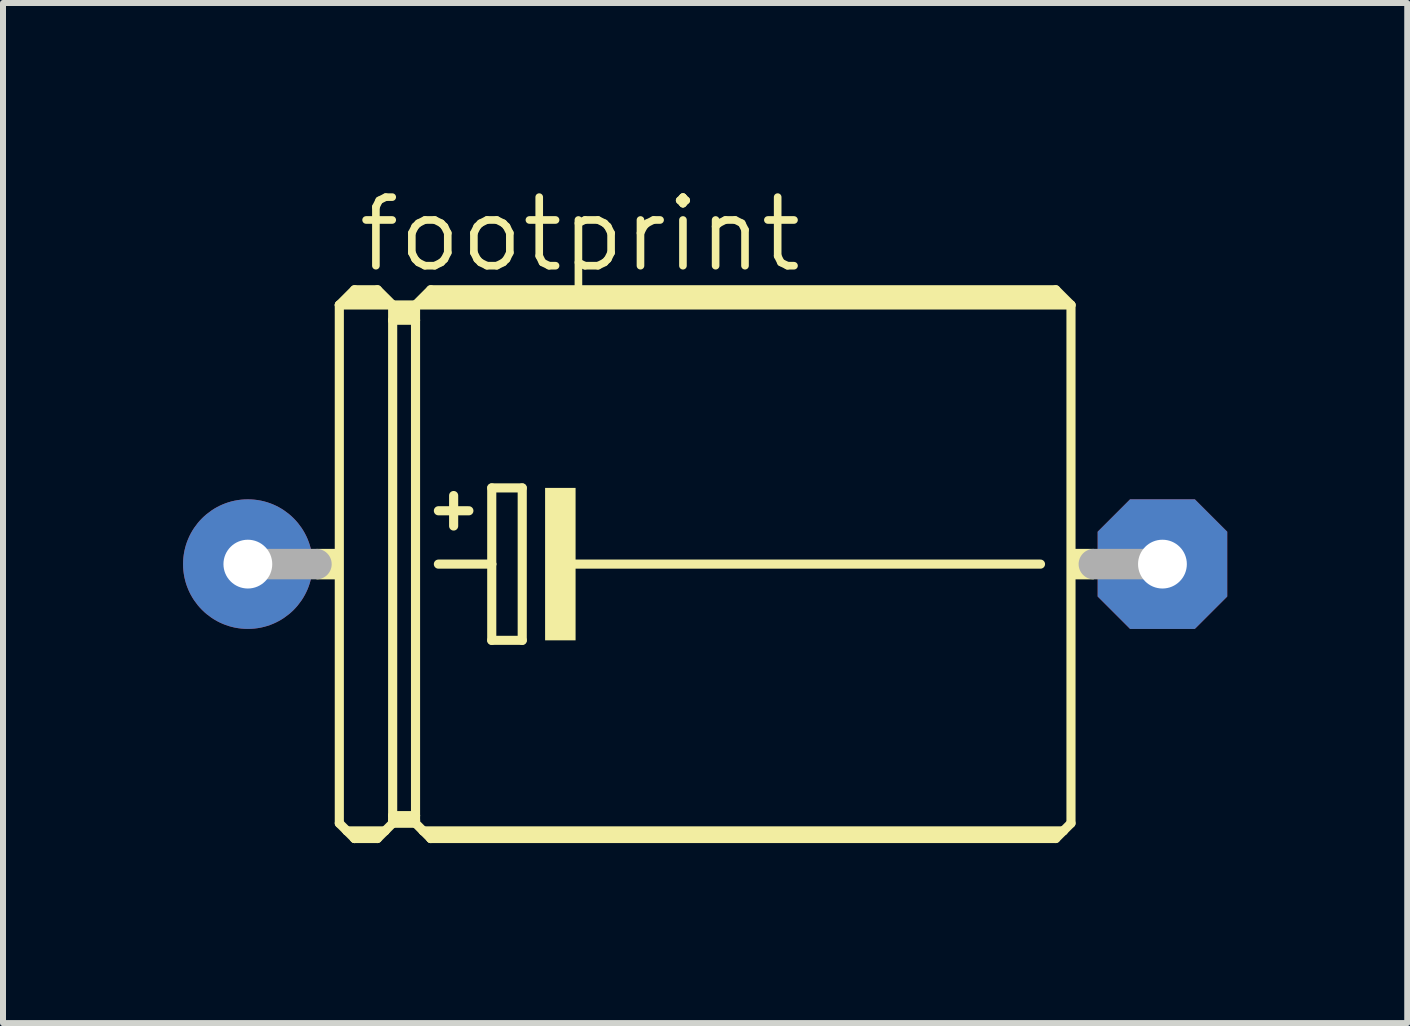
<source format=kicad_pcb>
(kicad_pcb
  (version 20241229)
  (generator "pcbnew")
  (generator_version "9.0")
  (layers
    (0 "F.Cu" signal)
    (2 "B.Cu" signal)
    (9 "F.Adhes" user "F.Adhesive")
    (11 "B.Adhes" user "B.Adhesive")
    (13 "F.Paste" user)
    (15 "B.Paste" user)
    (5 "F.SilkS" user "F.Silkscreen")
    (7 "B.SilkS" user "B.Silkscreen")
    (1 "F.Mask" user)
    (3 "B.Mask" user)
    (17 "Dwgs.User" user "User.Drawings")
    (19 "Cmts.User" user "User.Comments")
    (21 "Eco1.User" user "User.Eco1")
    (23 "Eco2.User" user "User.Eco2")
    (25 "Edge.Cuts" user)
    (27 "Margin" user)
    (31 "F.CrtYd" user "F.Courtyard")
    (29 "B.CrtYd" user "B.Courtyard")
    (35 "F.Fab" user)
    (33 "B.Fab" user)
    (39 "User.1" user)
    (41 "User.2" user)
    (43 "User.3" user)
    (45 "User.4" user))
  (footprint "footprint"
    (layer "F.Cu")
    (at 8.7 6.35)
    (property "Reference" "footprint" (at -5.842 -4.826 0) (layer "F.SilkS") (effects (font (size 1.143 1.143) (thickness 0.127)) (justify left bottom)))
    (fp_line (start -6.096 -4.318) (end -5.207 -4.318) (stroke (width 0.152) (type solid)) (layer "F.SilkS"))
    (fp_line (start -6.096 4.318) (end -6.096 -4.318) (stroke (width 0.152) (type solid)) (layer "F.SilkS"))
    (fp_line (start -6.096 4.318) (end -5.969 4.445) (stroke (width 0.152) (type solid)) (layer "F.SilkS"))
    (fp_line (start -5.969 4.445) (end -5.842 4.572) (stroke (width 0.152) (type solid)) (layer "F.SilkS"))
    (fp_line (start -5.969 4.445) (end -5.334 4.445) (stroke (width 0.152) (type solid)) (layer "F.SilkS"))
    (fp_line (start -5.842 -4.572) (end -6.096 -4.318) (stroke (width 0.152) (type solid)) (layer "F.SilkS"))
    (fp_line (start -5.842 -4.572) (end -5.461 -4.572) (stroke (width 0.152) (type solid)) (layer "F.SilkS"))
    (fp_line (start -5.842 -4.445) (end -5.461 -4.445) (stroke (width 0.305) (type solid)) (layer "F.SilkS"))
    (fp_line (start -5.842 4.521) (end -5.842 4.572) (stroke (width 0.152) (type solid)) (layer "F.SilkS"))
    (fp_line (start -5.842 4.572) (end -5.461 4.572) (stroke (width 0.152) (type solid)) (layer "F.SilkS"))
    (fp_line (start -5.461 -4.572) (end -5.207 -4.318) (stroke (width 0.152) (type solid)) (layer "F.SilkS"))
    (fp_line (start -5.461 4.521) (end -5.842 4.521) (stroke (width 0.152) (type solid)) (layer "F.SilkS"))
    (fp_line (start -5.461 4.572) (end -5.334 4.445) (stroke (width 0.152) (type solid)) (layer "F.SilkS"))
    (fp_line (start -5.334 4.445) (end -5.207 4.318) (stroke (width 0.152) (type solid)) (layer "F.SilkS"))
    (fp_line (start -5.207 -4.318) (end -5.207 -4.064) (stroke (width 0.152) (type solid)) (layer "F.SilkS"))
    (fp_line (start -5.207 -4.318) (end -4.826 -4.318) (stroke (width 0.152) (type solid)) (layer "F.SilkS"))
    (fp_line (start -5.207 -4.064) (end -5.207 4.191) (stroke (width 0.152) (type solid)) (layer "F.SilkS"))
    (fp_line (start -5.207 -4.064) (end -4.826 -4.064) (stroke (width 0.152) (type solid)) (layer "F.SilkS"))
    (fp_line (start -5.207 4.191) (end -5.207 4.267) (stroke (width 0.152) (type solid)) (layer "F.SilkS"))
    (fp_line (start -5.207 4.191) (end -4.826 4.191) (stroke (width 0.152) (type solid)) (layer "F.SilkS"))
    (fp_line (start -5.207 4.267) (end -5.207 4.318) (stroke (width 0.152) (type solid)) (layer "F.SilkS"))
    (fp_line (start -5.207 4.318) (end -4.826 4.318) (stroke (width 0.152) (type solid)) (layer "F.SilkS"))
    (fp_line (start -5.08 -4.191) (end -4.953 -4.191) (stroke (width 0.305) (type solid)) (layer "F.SilkS"))
    (fp_line (start -4.826 -4.318) (end -4.826 -4.064) (stroke (width 0.152) (type solid)) (layer "F.SilkS"))
    (fp_line (start -4.826 -4.318) (end -4.572 -4.572) (stroke (width 0.152) (type solid)) (layer "F.SilkS"))
    (fp_line (start -4.826 -4.318) (end 6.096 -4.318) (stroke (width 0.152) (type solid)) (layer "F.SilkS"))
    (fp_line (start -4.826 -4.064) (end -4.826 4.191) (stroke (width 0.152) (type solid)) (layer "F.SilkS"))
    (fp_line (start -4.826 4.191) (end -4.826 4.267) (stroke (width 0.152) (type solid)) (layer "F.SilkS"))
    (fp_line (start -4.826 4.267) (end -5.207 4.267) (stroke (width 0.152) (type solid)) (layer "F.SilkS"))
    (fp_line (start -4.826 4.267) (end -4.826 4.318) (stroke (width 0.152) (type solid)) (layer "F.SilkS"))
    (fp_line (start -4.826 4.318) (end -4.699 4.445) (stroke (width 0.152) (type solid)) (layer "F.SilkS"))
    (fp_line (start -4.699 4.445) (end -4.572 4.572) (stroke (width 0.152) (type solid)) (layer "F.SilkS"))
    (fp_line (start -4.699 4.445) (end 5.969 4.445) (stroke (width 0.152) (type solid)) (layer "F.SilkS"))
    (fp_line (start -4.572 -4.572) (end 5.842 -4.572) (stroke (width 0.152) (type solid)) (layer "F.SilkS"))
    (fp_line (start -4.572 -4.445) (end 5.842 -4.445) (stroke (width 0.305) (type solid)) (layer "F.SilkS"))
    (fp_line (start -4.572 4.521) (end -4.572 4.572) (stroke (width 0.152) (type solid)) (layer "F.SilkS"))
    (fp_line (start -4.572 4.572) (end 5.842 4.572) (stroke (width 0.152) (type solid)) (layer "F.SilkS"))
    (fp_line (start -4.445 -0.889) (end -3.937 -0.889) (stroke (width 0.152) (type solid)) (layer "F.SilkS"))
    (fp_line (start -4.445 0) (end -3.556 0) (stroke (width 0.152) (type solid)) (layer "F.SilkS"))
    (fp_line (start -4.191 -1.143) (end -4.191 -0.635) (stroke (width 0.152) (type solid)) (layer "F.SilkS"))
    (fp_line (start -3.556 -1.27) (end -3.556 0) (stroke (width 0.152) (type solid)) (layer "F.SilkS"))
    (fp_line (start -3.556 0) (end -3.556 1.27) (stroke (width 0.152) (type solid)) (layer "F.SilkS"))
    (fp_line (start -3.556 1.27) (end -3.048 1.27) (stroke (width 0.152) (type solid)) (layer "F.SilkS"))
    (fp_line (start -3.048 -1.27) (end -3.556 -1.27) (stroke (width 0.152) (type solid)) (layer "F.SilkS"))
    (fp_line (start -3.048 1.27) (end -3.048 -1.27) (stroke (width 0.152) (type solid)) (layer "F.SilkS"))
    (fp_line (start -2.286 0) (end 5.588 0) (stroke (width 0.152) (type solid)) (layer "F.SilkS"))
    (fp_line (start 5.842 4.521) (end -4.572 4.521) (stroke (width 0.152) (type solid)) (layer "F.SilkS"))
    (fp_line (start 5.969 4.445) (end 5.842 4.572) (stroke (width 0.152) (type solid)) (layer "F.SilkS"))
    (fp_line (start 6.096 -4.318) (end 5.842 -4.572) (stroke (width 0.152) (type solid)) (layer "F.SilkS"))
    (fp_line (start 6.096 -4.318) (end 6.096 4.318) (stroke (width 0.152) (type solid)) (layer "F.SilkS"))
    (fp_line (start 6.096 4.318) (end 5.969 4.445) (stroke (width 0.152) (type solid)) (layer "F.SilkS"))
    (fp_poly (pts (xy -6.477 0.254) (xy -6.096 0.254) (xy -6.096 -0.254) (xy -6.477 -0.254)) (stroke (width 0) (type solid)) (fill yes) (layer "F.SilkS"))
    (fp_poly (pts (xy -2.667 1.27) (xy -2.159 1.27) (xy -2.159 -1.27) (xy -2.667 -1.27)) (stroke (width 0) (type solid)) (fill yes) (layer "F.SilkS"))
    (fp_poly (pts (xy 6.096 0.254) (xy 6.477 0.254) (xy 6.477 -0.254) (xy 6.096 -0.254)) (stroke (width 0) (type solid)) (fill yes) (layer "F.SilkS"))
    (fp_line (start -7.62 0) (end -6.477 0) (stroke (width 0.508) (type solid)) (layer "F.Fab"))
    (fp_line (start 7.62 0) (end 6.477 0) (stroke (width 0.508) (type solid)) (layer "F.Fab"))
    (pad "+" thru_hole circle (at -7.62 0) (size 2.159 2.159) (drill 0.813) (layers "*.Cu" "*.Mask"))
    (pad "-" thru_hole roundrect (at 7.62 0) (size 2.159 2.159) (drill 0.813) (layers "*.Cu" "*.Mask") (roundrect_rratio 0.25) (chamfer_ratio 0.25) (chamfer top_left top_right bottom_left bottom_right)))
  (gr_rect
    (start -3 -3)
    (end 20.399 13.998)
    (stroke (width 0.1) (type default))
    (fill no)
    (layer "Edge.Cuts")))
</source>
